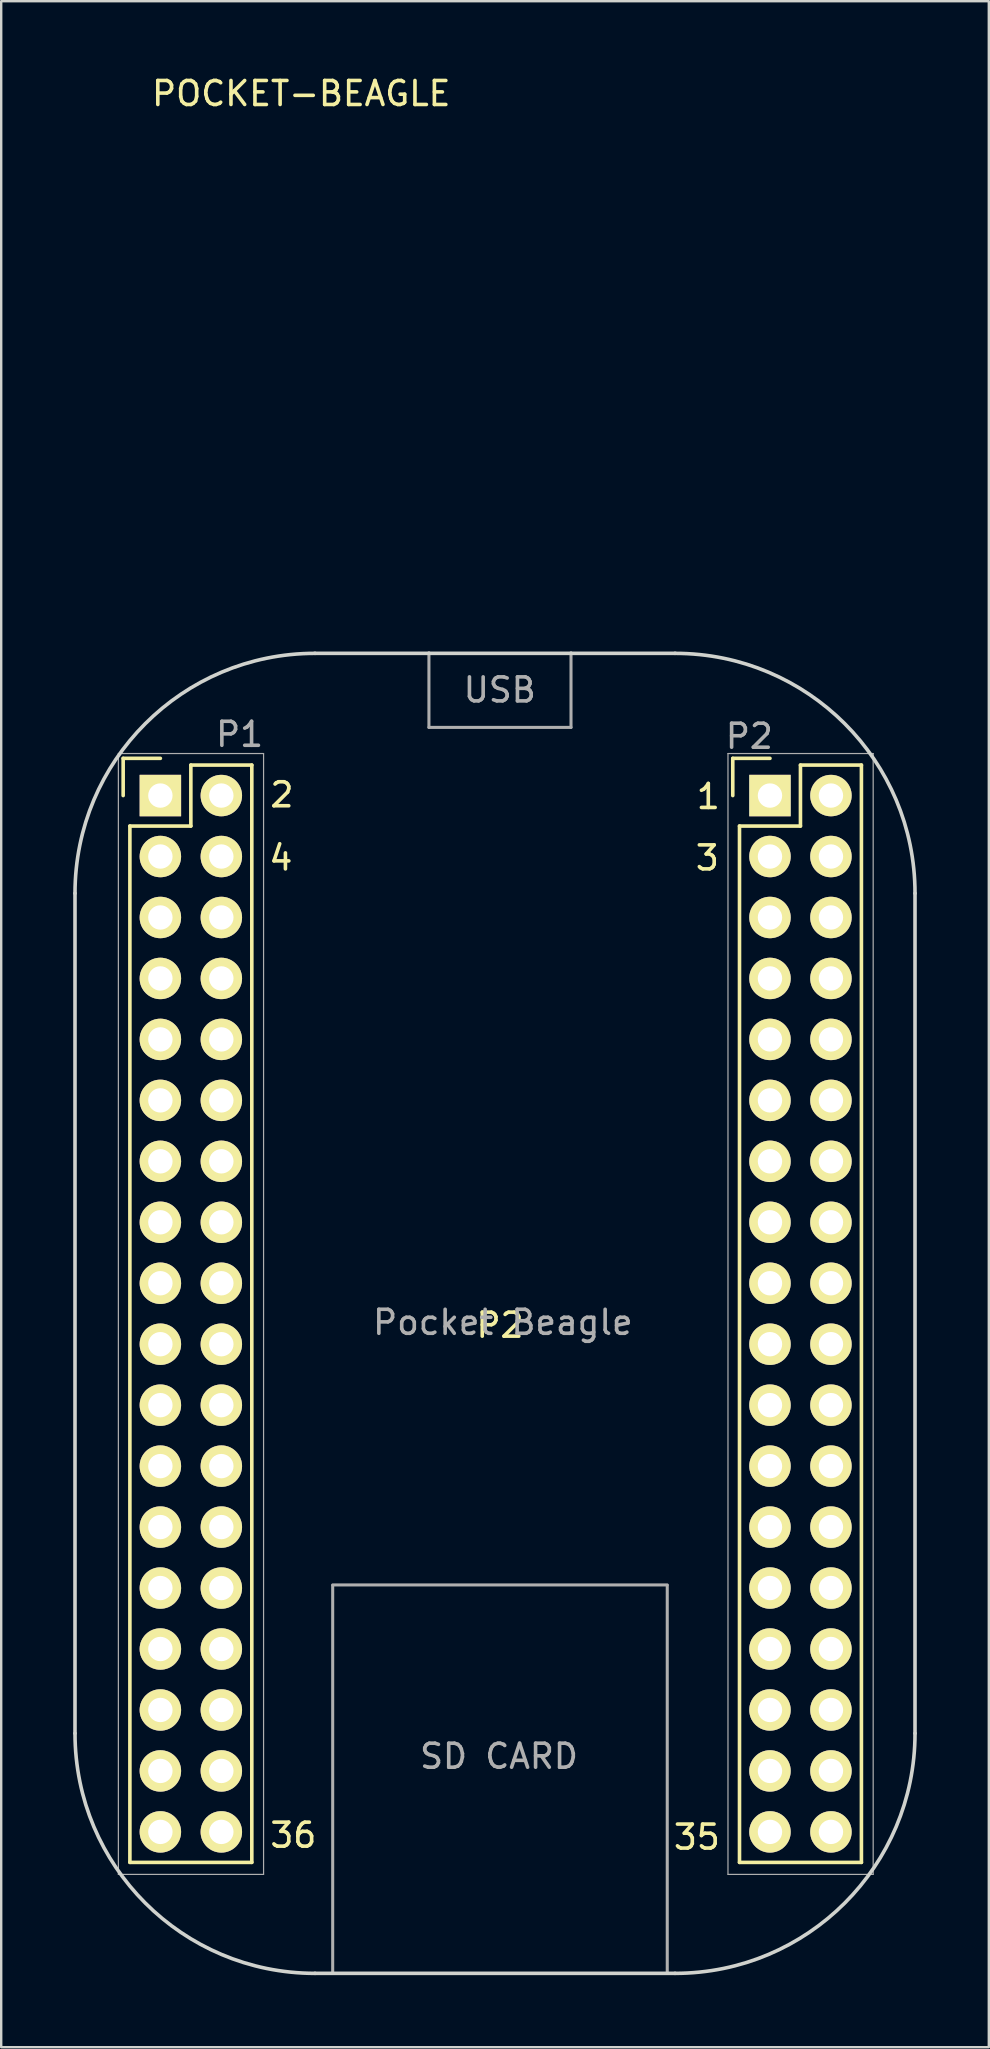
<source format=kicad_pcb>
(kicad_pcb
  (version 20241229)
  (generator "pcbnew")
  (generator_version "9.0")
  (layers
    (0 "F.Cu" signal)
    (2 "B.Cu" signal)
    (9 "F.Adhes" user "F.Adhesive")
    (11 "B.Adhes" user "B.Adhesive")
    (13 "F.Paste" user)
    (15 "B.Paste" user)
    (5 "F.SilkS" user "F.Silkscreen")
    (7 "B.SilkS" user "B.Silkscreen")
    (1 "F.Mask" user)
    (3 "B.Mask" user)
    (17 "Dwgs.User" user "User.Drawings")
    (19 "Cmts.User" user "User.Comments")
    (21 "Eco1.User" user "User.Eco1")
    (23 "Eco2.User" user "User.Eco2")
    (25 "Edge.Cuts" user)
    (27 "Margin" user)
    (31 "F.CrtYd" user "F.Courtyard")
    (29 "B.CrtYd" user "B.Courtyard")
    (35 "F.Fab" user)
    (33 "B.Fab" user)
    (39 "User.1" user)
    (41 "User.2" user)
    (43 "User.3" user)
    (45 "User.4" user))
  (footprint "POCKET-BEAGLE"
    (layer "F.Cu")
    (at 17.782 52.168)
    (property "Reference" "POCKET-BEAGLE" (at -8.28 -51.32 0) (layer "F.SilkS") (effects (font (size 1 1) (thickness 0.15))))
    (attr through_hole)
    (fp_line (start -15.7 -23.62) (end -15.7 -22.07) (stroke (width 0.15) (type solid)) (layer "F.SilkS"))
    (fp_line (start -15.42 22.38) (end -15.42 -20.8) (stroke (width 0.15) (type solid)) (layer "F.SilkS"))
    (fp_line (start -14.15 -23.62) (end -15.7 -23.62) (stroke (width 0.15) (type solid)) (layer "F.SilkS"))
    (fp_line (start -12.88 -23.34) (end -12.88 -20.8) (stroke (width 0.15) (type solid)) (layer "F.SilkS"))
    (fp_line (start -12.88 -20.8) (end -15.42 -20.8) (stroke (width 0.15) (type solid)) (layer "F.SilkS"))
    (fp_line (start -10.34 -23.34) (end -12.88 -23.34) (stroke (width 0.15) (type solid)) (layer "F.SilkS"))
    (fp_line (start -10.34 -23.34) (end -10.34 22.38) (stroke (width 0.15) (type solid)) (layer "F.SilkS"))
    (fp_line (start -10.34 22.38) (end -15.42 22.38) (stroke (width 0.15) (type solid)) (layer "F.SilkS"))
    (fp_line (start 9.7 -23.62) (end 9.7 -22.07) (stroke (width 0.15) (type solid)) (layer "F.SilkS"))
    (fp_line (start 9.98 22.38) (end 9.98 -20.8) (stroke (width 0.15) (type solid)) (layer "F.SilkS"))
    (fp_line (start 11.25 -23.62) (end 9.7 -23.62) (stroke (width 0.15) (type solid)) (layer "F.SilkS"))
    (fp_line (start 12.52 -23.34) (end 12.52 -20.8) (stroke (width 0.15) (type solid)) (layer "F.SilkS"))
    (fp_line (start 12.52 -20.8) (end 9.98 -20.8) (stroke (width 0.15) (type solid)) (layer "F.SilkS"))
    (fp_line (start 15.06 -23.34) (end 12.52 -23.34) (stroke (width 0.15) (type solid)) (layer "F.SilkS"))
    (fp_line (start 15.06 -23.34) (end 15.06 22.38) (stroke (width 0.15) (type solid)) (layer "F.SilkS"))
    (fp_line (start 15.06 22.38) (end 9.98 22.38) (stroke (width 0.15) (type solid)) (layer "F.SilkS"))
    (fp_line (start -17.707 -17.996) (end -17.707 17.004) (stroke (width 0.15) (type solid)) (layer "Edge.Cuts"))
    (fp_line (start -7.707 27.004) (end 7.293 27.004) (stroke (width 0.15) (type solid)) (layer "Edge.Cuts"))
    (fp_line (start 7.293 -27.996) (end -7.707 -27.996) (stroke (width 0.15) (type solid)) (layer "Edge.Cuts"))
    (fp_line (start 17.293 17.004) (end 17.293 -17.996) (stroke (width 0.15) (type solid)) (layer "Edge.Cuts"))
    (fp_arc (start -17.706842 -17.995616) (mid -14.77791 -25.066684) (end -7.706842 -27.995616) (stroke (width 0.15) (type solid)) (layer "Edge.Cuts"))
    (fp_arc (start -7.706842 27.004384) (mid -14.77791 24.075452) (end -17.706842 17.004384) (stroke (width 0.15) (type solid)) (layer "Edge.Cuts"))
    (fp_arc (start 7.293158 -27.995616) (mid 14.364226 -25.066684) (end 17.293158 -17.995616) (stroke (width 0.15) (type solid)) (layer "Edge.Cuts"))
    (fp_arc (start 17.293158 17.004384) (mid 14.364226 24.075452) (end 7.293158 27.004384) (stroke (width 0.15) (type solid)) (layer "Edge.Cuts"))
    (fp_line (start -15.9 -23.82) (end -15.9 22.88) (stroke (width 0.05) (type solid)) (layer "F.Fab"))
    (fp_line (start -15.9 -23.82) (end -9.85 -23.82) (stroke (width 0.05) (type solid)) (layer "F.Fab"))
    (fp_line (start -15.9 22.88) (end -9.85 22.88) (stroke (width 0.05) (type solid)) (layer "F.Fab"))
    (fp_line (start -9.85 -23.82) (end -9.85 22.88) (stroke (width 0.05) (type solid)) (layer "F.Fab"))
    (fp_line (start -6.97 10.84) (end -6.97 26.98) (stroke (width 0.127) (type solid)) (layer "F.Fab"))
    (fp_line (start -2.96 -28.02) (end -2.96 -24.91) (stroke (width 0.127) (type solid)) (layer "F.Fab"))
    (fp_line (start -2.96 -24.91) (end 2.96 -24.91) (stroke (width 0.127) (type solid)) (layer "F.Fab"))
    (fp_line (start 2.96 -28.02) (end 2.96 -24.91) (stroke (width 0.127) (type solid)) (layer "F.Fab"))
    (fp_line (start 6.97 10.82) (end -6.97 10.82) (stroke (width 0.127) (type solid)) (layer "F.Fab"))
    (fp_line (start 6.97 10.84) (end 6.97 26.98) (stroke (width 0.127) (type solid)) (layer "F.Fab"))
    (fp_line (start 9.5 -23.82) (end 9.5 22.88) (stroke (width 0.05) (type solid)) (layer "F.Fab"))
    (fp_line (start 9.5 -23.82) (end 15.55 -23.82) (stroke (width 0.05) (type solid)) (layer "F.Fab"))
    (fp_line (start 9.5 22.88) (end 15.55 22.88) (stroke (width 0.05) (type solid)) (layer "F.Fab"))
    (fp_line (start 15.55 -23.82) (end 15.55 22.88) (stroke (width 0.05) (type solid)) (layer "F.Fab"))
    (fp_text user "3" (at 8.64 -19.47 0) (layer "F.SilkS") (effects (font (size 1 1) (thickness 0.15))))
    (fp_text user "4" (at -9.13 -19.47 0) (layer "F.SilkS") (effects (font (size 1 1) (thickness 0.15))))
    (fp_text user "2" (at -9.086 -22.1 0) (layer "F.SilkS") (effects (font (size 1 1) (thickness 0.15))))
    (fp_text user "35" (at 8.204 21.33 0) (layer "F.SilkS") (effects (font (size 1 1) (thickness 0.15))))
    (fp_text user "P2" (at 0 0 0) (layer "F.SilkS") (effects (font (size 1 1) (thickness 0.15))))
    (fp_text user "36" (at -8.61 21.25 0) (layer "F.SilkS") (effects (font (size 1 1) (thickness 0.15))))
    (fp_text user "1" (at 8.68 -22.03 0) (layer "F.SilkS") (effects (font (size 1 1) (thickness 0.15))))
    (fp_text user "USB" (at -0.01 -26.47 0) (layer "F.Fab") (effects (font (size 1 1) (thickness 0.15))))
    (fp_text user "Pocket Beagle" (at 0.12 -0.12 180) (layer "F.Fab") (effects (font (size 1 1) (thickness 0.15))))
    (fp_text user "P2" (at 10.39 -24.54 0) (layer "F.Fab") (effects (font (size 1 1) (thickness 0.15))))
    (fp_text user "SD CARD" (at -0.04 17.96 0) (layer "F.Fab") (effects (font (size 1 1) (thickness 0.15))))
    (fp_text user "P1" (at -10.85 -24.62 0) (layer "F.Fab") (effects (font (size 1 1) (thickness 0.15))))
    (pad "1" thru_hole rect (at -14.15 -22.07) (size 1.727 1.727) (drill 1.016) (layers "*.Cu" "*.Mask" "F.SilkS"))
    (pad "1" thru_hole rect (at 11.25 -22.07) (size 1.727 1.727) (drill 1.016) (layers "*.Cu" "*.Mask" "F.SilkS"))
    (pad "2" thru_hole oval (at -11.61 -22.07) (size 1.727 1.727) (drill 1.016) (layers "*.Cu" "*.Mask" "F.SilkS"))
    (pad "2" thru_hole oval (at 13.79 -22.07) (size 1.727 1.727) (drill 1.016) (layers "*.Cu" "*.Mask" "F.SilkS"))
    (pad "3" thru_hole oval (at -14.15 -19.53) (size 1.727 1.727) (drill 1.016) (layers "*.Cu" "*.Mask" "F.SilkS"))
    (pad "3" thru_hole oval (at 11.25 -19.53) (size 1.727 1.727) (drill 1.016) (layers "*.Cu" "*.Mask" "F.SilkS"))
    (pad "4" thru_hole oval (at -11.61 -19.53) (size 1.727 1.727) (drill 1.016) (layers "*.Cu" "*.Mask" "F.SilkS"))
    (pad "4" thru_hole oval (at 13.79 -19.53) (size 1.727 1.727) (drill 1.016) (layers "*.Cu" "*.Mask" "F.SilkS"))
    (pad "5" thru_hole oval (at -14.15 -16.99) (size 1.727 1.727) (drill 1.016) (layers "*.Cu" "*.Mask" "F.SilkS"))
    (pad "5" thru_hole oval (at 11.25 -16.99) (size 1.727 1.727) (drill 1.016) (layers "*.Cu" "*.Mask" "F.SilkS"))
    (pad "6" thru_hole oval (at -11.61 -16.99) (size 1.727 1.727) (drill 1.016) (layers "*.Cu" "*.Mask" "F.SilkS"))
    (pad "6" thru_hole oval (at 13.79 -16.99) (size 1.727 1.727) (drill 1.016) (layers "*.Cu" "*.Mask" "F.SilkS"))
    (pad "7" thru_hole oval (at -14.15 -14.45) (size 1.727 1.727) (drill 1.016) (layers "*.Cu" "*.Mask" "F.SilkS"))
    (pad "7" thru_hole oval (at 11.25 -14.45) (size 1.727 1.727) (drill 1.016) (layers "*.Cu" "*.Mask" "F.SilkS"))
    (pad "8" thru_hole oval (at -11.61 -14.45) (size 1.727 1.727) (drill 1.016) (layers "*.Cu" "*.Mask" "F.SilkS"))
    (pad "8" thru_hole oval (at 13.79 -14.45) (size 1.727 1.727) (drill 1.016) (layers "*.Cu" "*.Mask" "F.SilkS"))
    (pad "9" thru_hole oval (at -14.15 -11.91) (size 1.727 1.727) (drill 1.016) (layers "*.Cu" "*.Mask" "F.SilkS"))
    (pad "9" thru_hole oval (at 11.25 -11.91) (size 1.727 1.727) (drill 1.016) (layers "*.Cu" "*.Mask" "F.SilkS"))
    (pad "10" thru_hole oval (at -11.61 -11.91) (size 1.727 1.727) (drill 1.016) (layers "*.Cu" "*.Mask" "F.SilkS"))
    (pad "10" thru_hole oval (at 13.79 -11.91) (size 1.727 1.727) (drill 1.016) (layers "*.Cu" "*.Mask" "F.SilkS"))
    (pad "11" thru_hole oval (at -14.15 -9.37) (size 1.727 1.727) (drill 1.016) (layers "*.Cu" "*.Mask" "F.SilkS"))
    (pad "11" thru_hole oval (at 11.25 -9.37) (size 1.727 1.727) (drill 1.016) (layers "*.Cu" "*.Mask" "F.SilkS"))
    (pad "12" thru_hole oval (at -11.61 -9.37) (size 1.727 1.727) (drill 1.016) (layers "*.Cu" "*.Mask" "F.SilkS"))
    (pad "12" thru_hole oval (at 13.79 -9.37) (size 1.727 1.727) (drill 1.016) (layers "*.Cu" "*.Mask" "F.SilkS"))
    (pad "13" thru_hole oval (at -14.15 -6.83) (size 1.727 1.727) (drill 1.016) (layers "*.Cu" "*.Mask" "F.SilkS"))
    (pad "13" thru_hole oval (at 11.25 -6.83) (size 1.727 1.727) (drill 1.016) (layers "*.Cu" "*.Mask" "F.SilkS"))
    (pad "14" thru_hole oval (at -11.61 -6.83) (size 1.727 1.727) (drill 1.016) (layers "*.Cu" "*.Mask" "F.SilkS"))
    (pad "14" thru_hole oval (at 13.79 -6.83) (size 1.727 1.727) (drill 1.016) (layers "*.Cu" "*.Mask" "F.SilkS"))
    (pad "15" thru_hole oval (at -14.15 -4.29) (size 1.727 1.727) (drill 1.016) (layers "*.Cu" "*.Mask" "F.SilkS"))
    (pad "15" thru_hole oval (at 11.25 -4.29) (size 1.727 1.727) (drill 1.016) (layers "*.Cu" "*.Mask" "F.SilkS"))
    (pad "16" thru_hole oval (at -11.61 -4.29) (size 1.727 1.727) (drill 1.016) (layers "*.Cu" "*.Mask" "F.SilkS"))
    (pad "16" thru_hole oval (at 13.79 -4.29) (size 1.727 1.727) (drill 1.016) (layers "*.Cu" "*.Mask" "F.SilkS"))
    (pad "17" thru_hole oval (at -14.15 -1.75) (size 1.727 1.727) (drill 1.016) (layers "*.Cu" "*.Mask" "F.SilkS"))
    (pad "17" thru_hole oval (at 11.25 -1.75) (size 1.727 1.727) (drill 1.016) (layers "*.Cu" "*.Mask" "F.SilkS"))
    (pad "18" thru_hole oval (at -11.61 -1.75) (size 1.727 1.727) (drill 1.016) (layers "*.Cu" "*.Mask" "F.SilkS"))
    (pad "18" thru_hole oval (at 13.79 -1.75) (size 1.727 1.727) (drill 1.016) (layers "*.Cu" "*.Mask" "F.SilkS"))
    (pad "19" thru_hole oval (at -14.15 0.79) (size 1.727 1.727) (drill 1.016) (layers "*.Cu" "*.Mask" "F.SilkS"))
    (pad "19" thru_hole oval (at 11.25 0.79) (size 1.727 1.727) (drill 1.016) (layers "*.Cu" "*.Mask" "F.SilkS"))
    (pad "20" thru_hole oval (at -11.61 0.79) (size 1.727 1.727) (drill 1.016) (layers "*.Cu" "*.Mask" "F.SilkS"))
    (pad "20" thru_hole oval (at 13.79 0.79) (size 1.727 1.727) (drill 1.016) (layers "*.Cu" "*.Mask" "F.SilkS"))
    (pad "21" thru_hole oval (at -14.15 3.33) (size 1.727 1.727) (drill 1.016) (layers "*.Cu" "*.Mask" "F.SilkS"))
    (pad "21" thru_hole oval (at 11.25 3.33) (size 1.727 1.727) (drill 1.016) (layers "*.Cu" "*.Mask" "F.SilkS"))
    (pad "22" thru_hole oval (at -11.61 3.33) (size 1.727 1.727) (drill 1.016) (layers "*.Cu" "*.Mask" "F.SilkS"))
    (pad "22" thru_hole oval (at 13.79 3.33) (size 1.727 1.727) (drill 1.016) (layers "*.Cu" "*.Mask" "F.SilkS"))
    (pad "23" thru_hole oval (at -14.15 5.87) (size 1.727 1.727) (drill 1.016) (layers "*.Cu" "*.Mask" "F.SilkS"))
    (pad "23" thru_hole oval (at 11.25 5.87) (size 1.727 1.727) (drill 1.016) (layers "*.Cu" "*.Mask" "F.SilkS"))
    (pad "24" thru_hole oval (at -11.61 5.87) (size 1.727 1.727) (drill 1.016) (layers "*.Cu" "*.Mask" "F.SilkS"))
    (pad "24" thru_hole oval (at 13.79 5.87) (size 1.727 1.727) (drill 1.016) (layers "*.Cu" "*.Mask" "F.SilkS"))
    (pad "25" thru_hole oval (at -14.15 8.41) (size 1.727 1.727) (drill 1.016) (layers "*.Cu" "*.Mask" "F.SilkS"))
    (pad "25" thru_hole oval (at 11.25 8.41) (size 1.727 1.727) (drill 1.016) (layers "*.Cu" "*.Mask" "F.SilkS"))
    (pad "26" thru_hole oval (at -11.61 8.41) (size 1.727 1.727) (drill 1.016) (layers "*.Cu" "*.Mask" "F.SilkS"))
    (pad "26" thru_hole oval (at 13.79 8.41) (size 1.727 1.727) (drill 1.016) (layers "*.Cu" "*.Mask" "F.SilkS"))
    (pad "27" thru_hole oval (at -14.15 10.95) (size 1.727 1.727) (drill 1.016) (layers "*.Cu" "*.Mask" "F.SilkS"))
    (pad "27" thru_hole oval (at 11.25 10.95) (size 1.727 1.727) (drill 1.016) (layers "*.Cu" "*.Mask" "F.SilkS"))
    (pad "28" thru_hole oval (at -11.61 10.95) (size 1.727 1.727) (drill 1.016) (layers "*.Cu" "*.Mask" "F.SilkS"))
    (pad "28" thru_hole oval (at 13.79 10.95) (size 1.727 1.727) (drill 1.016) (layers "*.Cu" "*.Mask" "F.SilkS"))
    (pad "29" thru_hole oval (at -14.15 13.49) (size 1.727 1.727) (drill 1.016) (layers "*.Cu" "*.Mask" "F.SilkS"))
    (pad "29" thru_hole oval (at 11.25 13.49) (size 1.727 1.727) (drill 1.016) (layers "*.Cu" "*.Mask" "F.SilkS"))
    (pad "30" thru_hole oval (at -11.61 13.49) (size 1.727 1.727) (drill 1.016) (layers "*.Cu" "*.Mask" "F.SilkS"))
    (pad "30" thru_hole oval (at 13.79 13.49) (size 1.727 1.727) (drill 1.016) (layers "*.Cu" "*.Mask" "F.SilkS"))
    (pad "31" thru_hole oval (at -14.15 16.03) (size 1.727 1.727) (drill 1.016) (layers "*.Cu" "*.Mask" "F.SilkS"))
    (pad "31" thru_hole oval (at 11.25 16.03) (size 1.727 1.727) (drill 1.016) (layers "*.Cu" "*.Mask" "F.SilkS"))
    (pad "32" thru_hole oval (at -11.61 16.03) (size 1.727 1.727) (drill 1.016) (layers "*.Cu" "*.Mask" "F.SilkS"))
    (pad "32" thru_hole oval (at 13.79 16.03) (size 1.727 1.727) (drill 1.016) (layers "*.Cu" "*.Mask" "F.SilkS"))
    (pad "33" thru_hole oval (at -14.15 18.57) (size 1.727 1.727) (drill 1.016) (layers "*.Cu" "*.Mask" "F.SilkS"))
    (pad "33" thru_hole oval (at 11.25 18.57) (size 1.727 1.727) (drill 1.016) (layers "*.Cu" "*.Mask" "F.SilkS"))
    (pad "34" thru_hole oval (at -11.61 18.57) (size 1.727 1.727) (drill 1.016) (layers "*.Cu" "*.Mask" "F.SilkS"))
    (pad "34" thru_hole oval (at 13.79 18.57) (size 1.727 1.727) (drill 1.016) (layers "*.Cu" "*.Mask" "F.SilkS"))
    (pad "35" thru_hole oval (at -14.15 21.11) (size 1.727 1.727) (drill 1.016) (layers "*.Cu" "*.Mask" "F.SilkS"))
    (pad "35" thru_hole oval (at 11.25 21.11) (size 1.727 1.727) (drill 1.016) (layers "*.Cu" "*.Mask" "F.SilkS"))
    (pad "36" thru_hole oval (at -11.61 21.11) (size 1.727 1.727) (drill 1.016) (layers "*.Cu" "*.Mask" "F.SilkS"))
    (pad "36" thru_hole oval (at 13.79 21.11) (size 1.727 1.727) (drill 1.016) (layers "*.Cu" "*.Mask" "F.SilkS")))
  (gr_rect
    (start -3 -3)
    (end 38.15 82.248)
    (stroke (width 0.1) (type default))
    (fill no)
    (layer "Edge.Cuts")))
</source>
